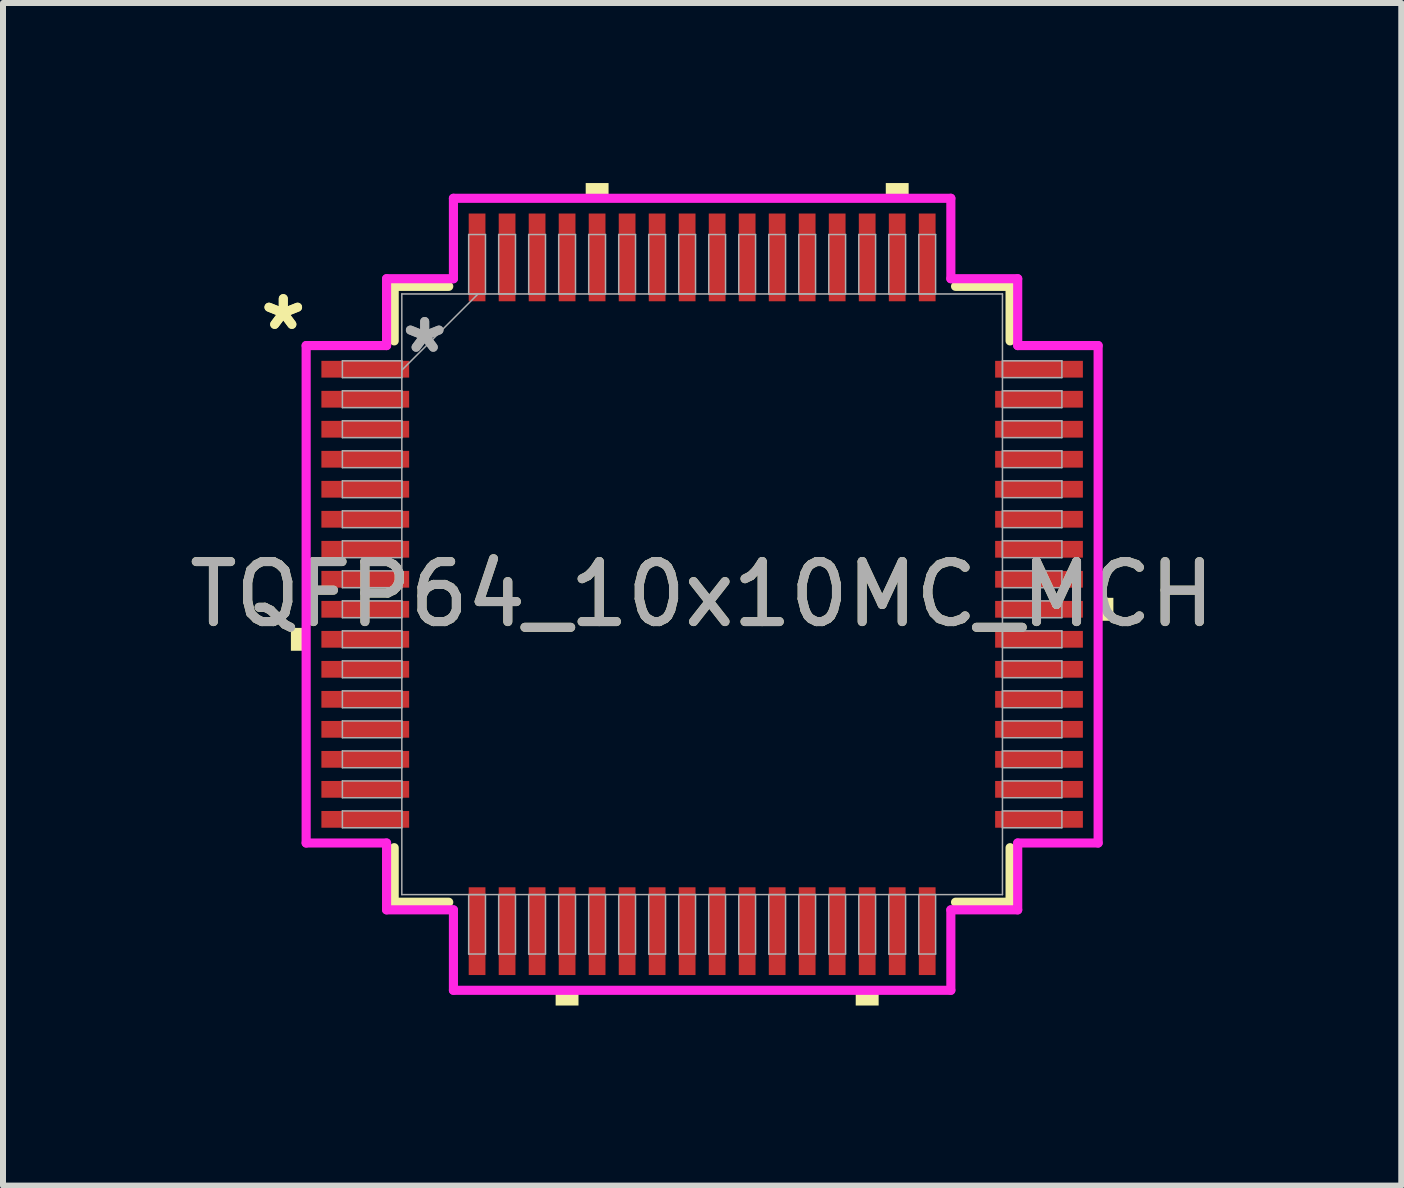
<source format=kicad_pcb>
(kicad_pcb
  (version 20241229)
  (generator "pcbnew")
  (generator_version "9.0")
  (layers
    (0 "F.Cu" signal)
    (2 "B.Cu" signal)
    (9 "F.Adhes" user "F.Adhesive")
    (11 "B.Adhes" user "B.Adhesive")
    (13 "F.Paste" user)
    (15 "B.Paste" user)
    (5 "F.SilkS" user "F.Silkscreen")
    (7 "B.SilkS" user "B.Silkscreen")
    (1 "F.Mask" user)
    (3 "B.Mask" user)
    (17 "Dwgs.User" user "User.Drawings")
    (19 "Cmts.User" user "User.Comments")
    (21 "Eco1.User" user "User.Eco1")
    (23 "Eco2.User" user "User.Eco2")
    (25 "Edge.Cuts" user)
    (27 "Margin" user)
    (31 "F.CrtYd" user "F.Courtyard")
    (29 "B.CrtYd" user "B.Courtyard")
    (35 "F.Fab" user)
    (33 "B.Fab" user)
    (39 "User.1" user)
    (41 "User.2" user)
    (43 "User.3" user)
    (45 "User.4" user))
  (footprint "TQFP64_10x10MC_MCH"
    (layer "F.Cu")
    (at 8.649 6.852)
    (property "Reference" "TQFP64_10x10MC_MCH" (at 0 0 0) (unlocked yes) (layer "F.SilkS") (effects (font (size 1 1) (thickness 0.15))))
    (attr smd)
    (fp_line (start -5.131 -5.131) (end -5.131 -4.222) (stroke (width 0.152) (type solid)) (layer "F.SilkS"))
    (fp_line (start -5.131 4.222) (end -5.131 5.131) (stroke (width 0.152) (type solid)) (layer "F.SilkS"))
    (fp_line (start -5.131 5.131) (end -4.222 5.131) (stroke (width 0.152) (type solid)) (layer "F.SilkS"))
    (fp_line (start -4.222 -5.131) (end -5.131 -5.131) (stroke (width 0.152) (type solid)) (layer "F.SilkS"))
    (fp_line (start 4.222 5.131) (end 5.131 5.131) (stroke (width 0.152) (type solid)) (layer "F.SilkS"))
    (fp_line (start 5.131 -5.131) (end 4.222 -5.131) (stroke (width 0.152) (type solid)) (layer "F.SilkS"))
    (fp_line (start 5.131 -4.222) (end 5.131 -5.131) (stroke (width 0.152) (type solid)) (layer "F.SilkS"))
    (fp_line (start 5.131 5.131) (end 5.131 4.222) (stroke (width 0.152) (type solid)) (layer "F.SilkS"))
    (fp_poly (pts (xy -6.852 0.56) (xy -6.852 0.941) (xy -6.598 0.941) (xy -6.598 0.56)) (stroke (width 0) (type solid)) (fill yes) (layer "F.SilkS"))
    (fp_poly (pts (xy -2.441 6.598) (xy -2.441 6.852) (xy -2.06 6.852) (xy -2.06 6.598)) (stroke (width 0) (type solid)) (fill yes) (layer "F.SilkS"))
    (fp_poly (pts (xy -1.94 -6.598) (xy -1.94 -6.852) (xy -1.559 -6.852) (xy -1.559 -6.598)) (stroke (width 0) (type solid)) (fill yes) (layer "F.SilkS"))
    (fp_poly (pts (xy 2.559 6.598) (xy 2.559 6.852) (xy 2.941 6.852) (xy 2.941 6.598)) (stroke (width 0) (type solid)) (fill yes) (layer "F.SilkS"))
    (fp_poly (pts (xy 3.06 -6.598) (xy 3.06 -6.852) (xy 3.441 -6.852) (xy 3.441 -6.598)) (stroke (width 0) (type solid)) (fill yes) (layer "F.SilkS"))
    (fp_poly (pts (xy 6.852 0.059) (xy 6.852 0.441) (xy 6.598 0.441) (xy 6.598 0.059)) (stroke (width 0) (type solid)) (fill yes) (layer "F.SilkS"))
    (fp_line (start -6.598 -4.144) (end -5.258 -4.144) (stroke (width 0.152) (type solid)) (layer "F.CrtYd"))
    (fp_line (start -6.598 4.144) (end -6.598 -4.144) (stroke (width 0.152) (type solid)) (layer "F.CrtYd"))
    (fp_line (start -5.258 -5.258) (end -4.144 -5.258) (stroke (width 0.152) (type solid)) (layer "F.CrtYd"))
    (fp_line (start -5.258 -4.144) (end -5.258 -5.258) (stroke (width 0.152) (type solid)) (layer "F.CrtYd"))
    (fp_line (start -5.258 4.144) (end -6.598 4.144) (stroke (width 0.152) (type solid)) (layer "F.CrtYd"))
    (fp_line (start -5.258 5.258) (end -5.258 4.144) (stroke (width 0.152) (type solid)) (layer "F.CrtYd"))
    (fp_line (start -5.258 5.258) (end -4.144 5.258) (stroke (width 0.152) (type solid)) (layer "F.CrtYd"))
    (fp_line (start -4.144 -6.598) (end 4.144 -6.598) (stroke (width 0.152) (type solid)) (layer "F.CrtYd"))
    (fp_line (start -4.144 -5.258) (end -4.144 -6.598) (stroke (width 0.152) (type solid)) (layer "F.CrtYd"))
    (fp_line (start -4.144 5.258) (end -4.144 6.598) (stroke (width 0.152) (type solid)) (layer "F.CrtYd"))
    (fp_line (start -4.144 6.598) (end 4.144 6.598) (stroke (width 0.152) (type solid)) (layer "F.CrtYd"))
    (fp_line (start 4.144 -6.598) (end 4.144 -5.258) (stroke (width 0.152) (type solid)) (layer "F.CrtYd"))
    (fp_line (start 4.144 -5.258) (end 5.258 -5.258) (stroke (width 0.152) (type solid)) (layer "F.CrtYd"))
    (fp_line (start 4.144 5.258) (end 5.258 5.258) (stroke (width 0.152) (type solid)) (layer "F.CrtYd"))
    (fp_line (start 4.144 6.598) (end 4.144 5.258) (stroke (width 0.152) (type solid)) (layer "F.CrtYd"))
    (fp_line (start 5.258 -4.144) (end 5.258 -5.258) (stroke (width 0.152) (type solid)) (layer "F.CrtYd"))
    (fp_line (start 5.258 4.144) (end 6.598 4.144) (stroke (width 0.152) (type solid)) (layer "F.CrtYd"))
    (fp_line (start 5.258 5.258) (end 5.258 4.144) (stroke (width 0.152) (type solid)) (layer "F.CrtYd"))
    (fp_line (start 6.598 -4.144) (end 5.258 -4.144) (stroke (width 0.152) (type solid)) (layer "F.CrtYd"))
    (fp_line (start 6.598 4.144) (end 6.598 -4.144) (stroke (width 0.152) (type solid)) (layer "F.CrtYd"))
    (fp_line (start -5.994 -3.89) (end -5.994 -3.61) (stroke (width 0.025) (type solid)) (layer "F.Fab"))
    (fp_line (start -5.994 -3.61) (end -5.004 -3.61) (stroke (width 0.025) (type solid)) (layer "F.Fab"))
    (fp_line (start -5.994 -3.39) (end -5.994 -3.11) (stroke (width 0.025) (type solid)) (layer "F.Fab"))
    (fp_line (start -5.994 -3.11) (end -5.004 -3.11) (stroke (width 0.025) (type solid)) (layer "F.Fab"))
    (fp_line (start -5.994 -2.89) (end -5.994 -2.61) (stroke (width 0.025) (type solid)) (layer "F.Fab"))
    (fp_line (start -5.994 -2.61) (end -5.004 -2.61) (stroke (width 0.025) (type solid)) (layer "F.Fab"))
    (fp_line (start -5.994 -2.39) (end -5.994 -2.11) (stroke (width 0.025) (type solid)) (layer "F.Fab"))
    (fp_line (start -5.994 -2.11) (end -5.004 -2.11) (stroke (width 0.025) (type solid)) (layer "F.Fab"))
    (fp_line (start -5.994 -1.89) (end -5.994 -1.61) (stroke (width 0.025) (type solid)) (layer "F.Fab"))
    (fp_line (start -5.994 -1.61) (end -5.004 -1.61) (stroke (width 0.025) (type solid)) (layer "F.Fab"))
    (fp_line (start -5.994 -1.39) (end -5.994 -1.11) (stroke (width 0.025) (type solid)) (layer "F.Fab"))
    (fp_line (start -5.994 -1.11) (end -5.004 -1.11) (stroke (width 0.025) (type solid)) (layer "F.Fab"))
    (fp_line (start -5.994 -0.89) (end -5.994 -0.61) (stroke (width 0.025) (type solid)) (layer "F.Fab"))
    (fp_line (start -5.994 -0.61) (end -5.004 -0.61) (stroke (width 0.025) (type solid)) (layer "F.Fab"))
    (fp_line (start -5.994 -0.39) (end -5.994 -0.11) (stroke (width 0.025) (type solid)) (layer "F.Fab"))
    (fp_line (start -5.994 -0.11) (end -5.004 -0.11) (stroke (width 0.025) (type solid)) (layer "F.Fab"))
    (fp_line (start -5.994 0.11) (end -5.994 0.39) (stroke (width 0.025) (type solid)) (layer "F.Fab"))
    (fp_line (start -5.994 0.39) (end -5.004 0.39) (stroke (width 0.025) (type solid)) (layer "F.Fab"))
    (fp_line (start -5.994 0.61) (end -5.994 0.89) (stroke (width 0.025) (type solid)) (layer "F.Fab"))
    (fp_line (start -5.994 0.89) (end -5.004 0.89) (stroke (width 0.025) (type solid)) (layer "F.Fab"))
    (fp_line (start -5.994 1.11) (end -5.994 1.39) (stroke (width 0.025) (type solid)) (layer "F.Fab"))
    (fp_line (start -5.994 1.39) (end -5.004 1.39) (stroke (width 0.025) (type solid)) (layer "F.Fab"))
    (fp_line (start -5.994 1.61) (end -5.994 1.89) (stroke (width 0.025) (type solid)) (layer "F.Fab"))
    (fp_line (start -5.994 1.89) (end -5.004 1.89) (stroke (width 0.025) (type solid)) (layer "F.Fab"))
    (fp_line (start -5.994 2.11) (end -5.994 2.39) (stroke (width 0.025) (type solid)) (layer "F.Fab"))
    (fp_line (start -5.994 2.39) (end -5.004 2.39) (stroke (width 0.025) (type solid)) (layer "F.Fab"))
    (fp_line (start -5.994 2.61) (end -5.994 2.89) (stroke (width 0.025) (type solid)) (layer "F.Fab"))
    (fp_line (start -5.994 2.89) (end -5.004 2.89) (stroke (width 0.025) (type solid)) (layer "F.Fab"))
    (fp_line (start -5.994 3.11) (end -5.994 3.39) (stroke (width 0.025) (type solid)) (layer "F.Fab"))
    (fp_line (start -5.994 3.39) (end -5.004 3.39) (stroke (width 0.025) (type solid)) (layer "F.Fab"))
    (fp_line (start -5.994 3.61) (end -5.994 3.89) (stroke (width 0.025) (type solid)) (layer "F.Fab"))
    (fp_line (start -5.994 3.89) (end -5.004 3.89) (stroke (width 0.025) (type solid)) (layer "F.Fab"))
    (fp_line (start -5.004 -5.004) (end -5.004 5.004) (stroke (width 0.025) (type solid)) (layer "F.Fab"))
    (fp_line (start -5.004 -3.89) (end -5.994 -3.89) (stroke (width 0.025) (type solid)) (layer "F.Fab"))
    (fp_line (start -5.004 -3.734) (end -3.734 -5.004) (stroke (width 0.025) (type solid)) (layer "F.Fab"))
    (fp_line (start -5.004 -3.61) (end -5.004 -3.89) (stroke (width 0.025) (type solid)) (layer "F.Fab"))
    (fp_line (start -5.004 -3.39) (end -5.994 -3.39) (stroke (width 0.025) (type solid)) (layer "F.Fab"))
    (fp_line (start -5.004 -3.11) (end -5.004 -3.39) (stroke (width 0.025) (type solid)) (layer "F.Fab"))
    (fp_line (start -5.004 -2.89) (end -5.994 -2.89) (stroke (width 0.025) (type solid)) (layer "F.Fab"))
    (fp_line (start -5.004 -2.61) (end -5.004 -2.89) (stroke (width 0.025) (type solid)) (layer "F.Fab"))
    (fp_line (start -5.004 -2.39) (end -5.994 -2.39) (stroke (width 0.025) (type solid)) (layer "F.Fab"))
    (fp_line (start -5.004 -2.11) (end -5.004 -2.39) (stroke (width 0.025) (type solid)) (layer "F.Fab"))
    (fp_line (start -5.004 -1.89) (end -5.994 -1.89) (stroke (width 0.025) (type solid)) (layer "F.Fab"))
    (fp_line (start -5.004 -1.61) (end -5.004 -1.89) (stroke (width 0.025) (type solid)) (layer "F.Fab"))
    (fp_line (start -5.004 -1.39) (end -5.994 -1.39) (stroke (width 0.025) (type solid)) (layer "F.Fab"))
    (fp_line (start -5.004 -1.11) (end -5.004 -1.39) (stroke (width 0.025) (type solid)) (layer "F.Fab"))
    (fp_line (start -5.004 -0.89) (end -5.994 -0.89) (stroke (width 0.025) (type solid)) (layer "F.Fab"))
    (fp_line (start -5.004 -0.61) (end -5.004 -0.89) (stroke (width 0.025) (type solid)) (layer "F.Fab"))
    (fp_line (start -5.004 -0.39) (end -5.994 -0.39) (stroke (width 0.025) (type solid)) (layer "F.Fab"))
    (fp_line (start -5.004 -0.11) (end -5.004 -0.39) (stroke (width 0.025) (type solid)) (layer "F.Fab"))
    (fp_line (start -5.004 0.11) (end -5.994 0.11) (stroke (width 0.025) (type solid)) (layer "F.Fab"))
    (fp_line (start -5.004 0.39) (end -5.004 0.11) (stroke (width 0.025) (type solid)) (layer "F.Fab"))
    (fp_line (start -5.004 0.61) (end -5.994 0.61) (stroke (width 0.025) (type solid)) (layer "F.Fab"))
    (fp_line (start -5.004 0.89) (end -5.004 0.61) (stroke (width 0.025) (type solid)) (layer "F.Fab"))
    (fp_line (start -5.004 1.11) (end -5.994 1.11) (stroke (width 0.025) (type solid)) (layer "F.Fab"))
    (fp_line (start -5.004 1.39) (end -5.004 1.11) (stroke (width 0.025) (type solid)) (layer "F.Fab"))
    (fp_line (start -5.004 1.61) (end -5.994 1.61) (stroke (width 0.025) (type solid)) (layer "F.Fab"))
    (fp_line (start -5.004 1.89) (end -5.004 1.61) (stroke (width 0.025) (type solid)) (layer "F.Fab"))
    (fp_line (start -5.004 2.11) (end -5.994 2.11) (stroke (width 0.025) (type solid)) (layer "F.Fab"))
    (fp_line (start -5.004 2.39) (end -5.004 2.11) (stroke (width 0.025) (type solid)) (layer "F.Fab"))
    (fp_line (start -5.004 2.61) (end -5.994 2.61) (stroke (width 0.025) (type solid)) (layer "F.Fab"))
    (fp_line (start -5.004 2.89) (end -5.004 2.61) (stroke (width 0.025) (type solid)) (layer "F.Fab"))
    (fp_line (start -5.004 3.11) (end -5.994 3.11) (stroke (width 0.025) (type solid)) (layer "F.Fab"))
    (fp_line (start -5.004 3.39) (end -5.004 3.11) (stroke (width 0.025) (type solid)) (layer "F.Fab"))
    (fp_line (start -5.004 3.61) (end -5.994 3.61) (stroke (width 0.025) (type solid)) (layer "F.Fab"))
    (fp_line (start -5.004 3.89) (end -5.004 3.61) (stroke (width 0.025) (type solid)) (layer "F.Fab"))
    (fp_line (start -5.004 5.004) (end 5.004 5.004) (stroke (width 0.025) (type solid)) (layer "F.Fab"))
    (fp_line (start -3.89 -5.994) (end -3.89 -5.004) (stroke (width 0.025) (type solid)) (layer "F.Fab"))
    (fp_line (start -3.89 -5.004) (end -3.61 -5.004) (stroke (width 0.025) (type solid)) (layer "F.Fab"))
    (fp_line (start -3.89 5.004) (end -3.89 5.994) (stroke (width 0.025) (type solid)) (layer "F.Fab"))
    (fp_line (start -3.89 5.994) (end -3.61 5.994) (stroke (width 0.025) (type solid)) (layer "F.Fab"))
    (fp_line (start -3.61 -5.994) (end -3.89 -5.994) (stroke (width 0.025) (type solid)) (layer "F.Fab"))
    (fp_line (start -3.61 -5.004) (end -3.61 -5.994) (stroke (width 0.025) (type solid)) (layer "F.Fab"))
    (fp_line (start -3.61 5.004) (end -3.89 5.004) (stroke (width 0.025) (type solid)) (layer "F.Fab"))
    (fp_line (start -3.61 5.994) (end -3.61 5.004) (stroke (width 0.025) (type solid)) (layer "F.Fab"))
    (fp_line (start -3.39 -5.994) (end -3.39 -5.004) (stroke (width 0.025) (type solid)) (layer "F.Fab"))
    (fp_line (start -3.39 -5.004) (end -3.11 -5.004) (stroke (width 0.025) (type solid)) (layer "F.Fab"))
    (fp_line (start -3.39 5.004) (end -3.39 5.994) (stroke (width 0.025) (type solid)) (layer "F.Fab"))
    (fp_line (start -3.39 5.994) (end -3.11 5.994) (stroke (width 0.025) (type solid)) (layer "F.Fab"))
    (fp_line (start -3.11 -5.994) (end -3.39 -5.994) (stroke (width 0.025) (type solid)) (layer "F.Fab"))
    (fp_line (start -3.11 -5.004) (end -3.11 -5.994) (stroke (width 0.025) (type solid)) (layer "F.Fab"))
    (fp_line (start -3.11 5.004) (end -3.39 5.004) (stroke (width 0.025) (type solid)) (layer "F.Fab"))
    (fp_line (start -3.11 5.994) (end -3.11 5.004) (stroke (width 0.025) (type solid)) (layer "F.Fab"))
    (fp_line (start -2.89 -5.994) (end -2.89 -5.004) (stroke (width 0.025) (type solid)) (layer "F.Fab"))
    (fp_line (start -2.89 -5.004) (end -2.61 -5.004) (stroke (width 0.025) (type solid)) (layer "F.Fab"))
    (fp_line (start -2.89 5.004) (end -2.89 5.994) (stroke (width 0.025) (type solid)) (layer "F.Fab"))
    (fp_line (start -2.89 5.994) (end -2.61 5.994) (stroke (width 0.025) (type solid)) (layer "F.Fab"))
    (fp_line (start -2.61 -5.994) (end -2.89 -5.994) (stroke (width 0.025) (type solid)) (layer "F.Fab"))
    (fp_line (start -2.61 -5.004) (end -2.61 -5.994) (stroke (width 0.025) (type solid)) (layer "F.Fab"))
    (fp_line (start -2.61 5.004) (end -2.89 5.004) (stroke (width 0.025) (type solid)) (layer "F.Fab"))
    (fp_line (start -2.61 5.994) (end -2.61 5.004) (stroke (width 0.025) (type solid)) (layer "F.Fab"))
    (fp_line (start -2.39 -5.994) (end -2.39 -5.004) (stroke (width 0.025) (type solid)) (layer "F.Fab"))
    (fp_line (start -2.39 -5.004) (end -2.11 -5.004) (stroke (width 0.025) (type solid)) (layer "F.Fab"))
    (fp_line (start -2.39 5.004) (end -2.39 5.994) (stroke (width 0.025) (type solid)) (layer "F.Fab"))
    (fp_line (start -2.39 5.994) (end -2.11 5.994) (stroke (width 0.025) (type solid)) (layer "F.Fab"))
    (fp_line (start -2.11 -5.994) (end -2.39 -5.994) (stroke (width 0.025) (type solid)) (layer "F.Fab"))
    (fp_line (start -2.11 -5.004) (end -2.11 -5.994) (stroke (width 0.025) (type solid)) (layer "F.Fab"))
    (fp_line (start -2.11 5.004) (end -2.39 5.004) (stroke (width 0.025) (type solid)) (layer "F.Fab"))
    (fp_line (start -2.11 5.994) (end -2.11 5.004) (stroke (width 0.025) (type solid)) (layer "F.Fab"))
    (fp_line (start -1.89 -5.994) (end -1.89 -5.004) (stroke (width 0.025) (type solid)) (layer "F.Fab"))
    (fp_line (start -1.89 -5.004) (end -1.61 -5.004) (stroke (width 0.025) (type solid)) (layer "F.Fab"))
    (fp_line (start -1.89 5.004) (end -1.89 5.994) (stroke (width 0.025) (type solid)) (layer "F.Fab"))
    (fp_line (start -1.89 5.994) (end -1.61 5.994) (stroke (width 0.025) (type solid)) (layer "F.Fab"))
    (fp_line (start -1.61 -5.994) (end -1.89 -5.994) (stroke (width 0.025) (type solid)) (layer "F.Fab"))
    (fp_line (start -1.61 -5.004) (end -1.61 -5.994) (stroke (width 0.025) (type solid)) (layer "F.Fab"))
    (fp_line (start -1.61 5.004) (end -1.89 5.004) (stroke (width 0.025) (type solid)) (layer "F.Fab"))
    (fp_line (start -1.61 5.994) (end -1.61 5.004) (stroke (width 0.025) (type solid)) (layer "F.Fab"))
    (fp_line (start -1.39 -5.994) (end -1.39 -5.004) (stroke (width 0.025) (type solid)) (layer "F.Fab"))
    (fp_line (start -1.39 -5.004) (end -1.11 -5.004) (stroke (width 0.025) (type solid)) (layer "F.Fab"))
    (fp_line (start -1.39 5.004) (end -1.39 5.994) (stroke (width 0.025) (type solid)) (layer "F.Fab"))
    (fp_line (start -1.39 5.994) (end -1.11 5.994) (stroke (width 0.025) (type solid)) (layer "F.Fab"))
    (fp_line (start -1.11 -5.994) (end -1.39 -5.994) (stroke (width 0.025) (type solid)) (layer "F.Fab"))
    (fp_line (start -1.11 -5.004) (end -1.11 -5.994) (stroke (width 0.025) (type solid)) (layer "F.Fab"))
    (fp_line (start -1.11 5.004) (end -1.39 5.004) (stroke (width 0.025) (type solid)) (layer "F.Fab"))
    (fp_line (start -1.11 5.994) (end -1.11 5.004) (stroke (width 0.025) (type solid)) (layer "F.Fab"))
    (fp_line (start -0.89 -5.994) (end -0.89 -5.004) (stroke (width 0.025) (type solid)) (layer "F.Fab"))
    (fp_line (start -0.89 -5.004) (end -0.61 -5.004) (stroke (width 0.025) (type solid)) (layer "F.Fab"))
    (fp_line (start -0.89 5.004) (end -0.89 5.994) (stroke (width 0.025) (type solid)) (layer "F.Fab"))
    (fp_line (start -0.89 5.994) (end -0.61 5.994) (stroke (width 0.025) (type solid)) (layer "F.Fab"))
    (fp_line (start -0.61 -5.994) (end -0.89 -5.994) (stroke (width 0.025) (type solid)) (layer "F.Fab"))
    (fp_line (start -0.61 -5.004) (end -0.61 -5.994) (stroke (width 0.025) (type solid)) (layer "F.Fab"))
    (fp_line (start -0.61 5.004) (end -0.89 5.004) (stroke (width 0.025) (type solid)) (layer "F.Fab"))
    (fp_line (start -0.61 5.994) (end -0.61 5.004) (stroke (width 0.025) (type solid)) (layer "F.Fab"))
    (fp_line (start -0.39 -5.994) (end -0.39 -5.004) (stroke (width 0.025) (type solid)) (layer "F.Fab"))
    (fp_line (start -0.39 -5.004) (end -0.11 -5.004) (stroke (width 0.025) (type solid)) (layer "F.Fab"))
    (fp_line (start -0.39 5.004) (end -0.39 5.994) (stroke (width 0.025) (type solid)) (layer "F.Fab"))
    (fp_line (start -0.39 5.994) (end -0.11 5.994) (stroke (width 0.025) (type solid)) (layer "F.Fab"))
    (fp_line (start -0.11 -5.994) (end -0.39 -5.994) (stroke (width 0.025) (type solid)) (layer "F.Fab"))
    (fp_line (start -0.11 -5.004) (end -0.11 -5.994) (stroke (width 0.025) (type solid)) (layer "F.Fab"))
    (fp_line (start -0.11 5.004) (end -0.39 5.004) (stroke (width 0.025) (type solid)) (layer "F.Fab"))
    (fp_line (start -0.11 5.994) (end -0.11 5.004) (stroke (width 0.025) (type solid)) (layer "F.Fab"))
    (fp_line (start 0.11 -5.994) (end 0.11 -5.004) (stroke (width 0.025) (type solid)) (layer "F.Fab"))
    (fp_line (start 0.11 -5.004) (end 0.39 -5.004) (stroke (width 0.025) (type solid)) (layer "F.Fab"))
    (fp_line (start 0.11 5.004) (end 0.11 5.994) (stroke (width 0.025) (type solid)) (layer "F.Fab"))
    (fp_line (start 0.11 5.994) (end 0.39 5.994) (stroke (width 0.025) (type solid)) (layer "F.Fab"))
    (fp_line (start 0.39 -5.994) (end 0.11 -5.994) (stroke (width 0.025) (type solid)) (layer "F.Fab"))
    (fp_line (start 0.39 -5.004) (end 0.39 -5.994) (stroke (width 0.025) (type solid)) (layer "F.Fab"))
    (fp_line (start 0.39 5.004) (end 0.11 5.004) (stroke (width 0.025) (type solid)) (layer "F.Fab"))
    (fp_line (start 0.39 5.994) (end 0.39 5.004) (stroke (width 0.025) (type solid)) (layer "F.Fab"))
    (fp_line (start 0.61 -5.994) (end 0.61 -5.004) (stroke (width 0.025) (type solid)) (layer "F.Fab"))
    (fp_line (start 0.61 -5.004) (end 0.89 -5.004) (stroke (width 0.025) (type solid)) (layer "F.Fab"))
    (fp_line (start 0.61 5.004) (end 0.61 5.994) (stroke (width 0.025) (type solid)) (layer "F.Fab"))
    (fp_line (start 0.61 5.994) (end 0.89 5.994) (stroke (width 0.025) (type solid)) (layer "F.Fab"))
    (fp_line (start 0.89 -5.994) (end 0.61 -5.994) (stroke (width 0.025) (type solid)) (layer "F.Fab"))
    (fp_line (start 0.89 -5.004) (end 0.89 -5.994) (stroke (width 0.025) (type solid)) (layer "F.Fab"))
    (fp_line (start 0.89 5.004) (end 0.61 5.004) (stroke (width 0.025) (type solid)) (layer "F.Fab"))
    (fp_line (start 0.89 5.994) (end 0.89 5.004) (stroke (width 0.025) (type solid)) (layer "F.Fab"))
    (fp_line (start 1.11 -5.994) (end 1.11 -5.004) (stroke (width 0.025) (type solid)) (layer "F.Fab"))
    (fp_line (start 1.11 -5.004) (end 1.39 -5.004) (stroke (width 0.025) (type solid)) (layer "F.Fab"))
    (fp_line (start 1.11 5.004) (end 1.11 5.994) (stroke (width 0.025) (type solid)) (layer "F.Fab"))
    (fp_line (start 1.11 5.994) (end 1.39 5.994) (stroke (width 0.025) (type solid)) (layer "F.Fab"))
    (fp_line (start 1.39 -5.994) (end 1.11 -5.994) (stroke (width 0.025) (type solid)) (layer "F.Fab"))
    (fp_line (start 1.39 -5.004) (end 1.39 -5.994) (stroke (width 0.025) (type solid)) (layer "F.Fab"))
    (fp_line (start 1.39 5.004) (end 1.11 5.004) (stroke (width 0.025) (type solid)) (layer "F.Fab"))
    (fp_line (start 1.39 5.994) (end 1.39 5.004) (stroke (width 0.025) (type solid)) (layer "F.Fab"))
    (fp_line (start 1.61 -5.994) (end 1.61 -5.004) (stroke (width 0.025) (type solid)) (layer "F.Fab"))
    (fp_line (start 1.61 -5.004) (end 1.89 -5.004) (stroke (width 0.025) (type solid)) (layer "F.Fab"))
    (fp_line (start 1.61 5.004) (end 1.61 5.994) (stroke (width 0.025) (type solid)) (layer "F.Fab"))
    (fp_line (start 1.61 5.994) (end 1.89 5.994) (stroke (width 0.025) (type solid)) (layer "F.Fab"))
    (fp_line (start 1.89 -5.994) (end 1.61 -5.994) (stroke (width 0.025) (type solid)) (layer "F.Fab"))
    (fp_line (start 1.89 -5.004) (end 1.89 -5.994) (stroke (width 0.025) (type solid)) (layer "F.Fab"))
    (fp_line (start 1.89 5.004) (end 1.61 5.004) (stroke (width 0.025) (type solid)) (layer "F.Fab"))
    (fp_line (start 1.89 5.994) (end 1.89 5.004) (stroke (width 0.025) (type solid)) (layer "F.Fab"))
    (fp_line (start 2.11 -5.994) (end 2.11 -5.004) (stroke (width 0.025) (type solid)) (layer "F.Fab"))
    (fp_line (start 2.11 -5.004) (end 2.39 -5.004) (stroke (width 0.025) (type solid)) (layer "F.Fab"))
    (fp_line (start 2.11 5.004) (end 2.11 5.994) (stroke (width 0.025) (type solid)) (layer "F.Fab"))
    (fp_line (start 2.11 5.994) (end 2.39 5.994) (stroke (width 0.025) (type solid)) (layer "F.Fab"))
    (fp_line (start 2.39 -5.994) (end 2.11 -5.994) (stroke (width 0.025) (type solid)) (layer "F.Fab"))
    (fp_line (start 2.39 -5.004) (end 2.39 -5.994) (stroke (width 0.025) (type solid)) (layer "F.Fab"))
    (fp_line (start 2.39 5.004) (end 2.11 5.004) (stroke (width 0.025) (type solid)) (layer "F.Fab"))
    (fp_line (start 2.39 5.994) (end 2.39 5.004) (stroke (width 0.025) (type solid)) (layer "F.Fab"))
    (fp_line (start 2.61 -5.994) (end 2.61 -5.004) (stroke (width 0.025) (type solid)) (layer "F.Fab"))
    (fp_line (start 2.61 -5.004) (end 2.89 -5.004) (stroke (width 0.025) (type solid)) (layer "F.Fab"))
    (fp_line (start 2.61 5.004) (end 2.61 5.994) (stroke (width 0.025) (type solid)) (layer "F.Fab"))
    (fp_line (start 2.61 5.994) (end 2.89 5.994) (stroke (width 0.025) (type solid)) (layer "F.Fab"))
    (fp_line (start 2.89 -5.994) (end 2.61 -5.994) (stroke (width 0.025) (type solid)) (layer "F.Fab"))
    (fp_line (start 2.89 -5.004) (end 2.89 -5.994) (stroke (width 0.025) (type solid)) (layer "F.Fab"))
    (fp_line (start 2.89 5.004) (end 2.61 5.004) (stroke (width 0.025) (type solid)) (layer "F.Fab"))
    (fp_line (start 2.89 5.994) (end 2.89 5.004) (stroke (width 0.025) (type solid)) (layer "F.Fab"))
    (fp_line (start 3.11 -5.994) (end 3.11 -5.004) (stroke (width 0.025) (type solid)) (layer "F.Fab"))
    (fp_line (start 3.11 -5.004) (end 3.39 -5.004) (stroke (width 0.025) (type solid)) (layer "F.Fab"))
    (fp_line (start 3.11 5.004) (end 3.11 5.994) (stroke (width 0.025) (type solid)) (layer "F.Fab"))
    (fp_line (start 3.11 5.994) (end 3.39 5.994) (stroke (width 0.025) (type solid)) (layer "F.Fab"))
    (fp_line (start 3.39 -5.994) (end 3.11 -5.994) (stroke (width 0.025) (type solid)) (layer "F.Fab"))
    (fp_line (start 3.39 -5.004) (end 3.39 -5.994) (stroke (width 0.025) (type solid)) (layer "F.Fab"))
    (fp_line (start 3.39 5.004) (end 3.11 5.004) (stroke (width 0.025) (type solid)) (layer "F.Fab"))
    (fp_line (start 3.39 5.994) (end 3.39 5.004) (stroke (width 0.025) (type solid)) (layer "F.Fab"))
    (fp_line (start 3.61 -5.994) (end 3.61 -5.004) (stroke (width 0.025) (type solid)) (layer "F.Fab"))
    (fp_line (start 3.61 -5.004) (end 3.89 -5.004) (stroke (width 0.025) (type solid)) (layer "F.Fab"))
    (fp_line (start 3.61 5.004) (end 3.61 5.994) (stroke (width 0.025) (type solid)) (layer "F.Fab"))
    (fp_line (start 3.61 5.994) (end 3.89 5.994) (stroke (width 0.025) (type solid)) (layer "F.Fab"))
    (fp_line (start 3.89 -5.994) (end 3.61 -5.994) (stroke (width 0.025) (type solid)) (layer "F.Fab"))
    (fp_line (start 3.89 -5.004) (end 3.89 -5.994) (stroke (width 0.025) (type solid)) (layer "F.Fab"))
    (fp_line (start 3.89 5.004) (end 3.61 5.004) (stroke (width 0.025) (type solid)) (layer "F.Fab"))
    (fp_line (start 3.89 5.994) (end 3.89 5.004) (stroke (width 0.025) (type solid)) (layer "F.Fab"))
    (fp_line (start 5.004 -5.004) (end -5.004 -5.004) (stroke (width 0.025) (type solid)) (layer "F.Fab"))
    (fp_line (start 5.004 -3.89) (end 5.004 -3.61) (stroke (width 0.025) (type solid)) (layer "F.Fab"))
    (fp_line (start 5.004 -3.61) (end 5.994 -3.61) (stroke (width 0.025) (type solid)) (layer "F.Fab"))
    (fp_line (start 5.004 -3.39) (end 5.004 -3.11) (stroke (width 0.025) (type solid)) (layer "F.Fab"))
    (fp_line (start 5.004 -3.11) (end 5.994 -3.11) (stroke (width 0.025) (type solid)) (layer "F.Fab"))
    (fp_line (start 5.004 -2.89) (end 5.004 -2.61) (stroke (width 0.025) (type solid)) (layer "F.Fab"))
    (fp_line (start 5.004 -2.61) (end 5.994 -2.61) (stroke (width 0.025) (type solid)) (layer "F.Fab"))
    (fp_line (start 5.004 -2.39) (end 5.004 -2.11) (stroke (width 0.025) (type solid)) (layer "F.Fab"))
    (fp_line (start 5.004 -2.11) (end 5.994 -2.11) (stroke (width 0.025) (type solid)) (layer "F.Fab"))
    (fp_line (start 5.004 -1.89) (end 5.004 -1.61) (stroke (width 0.025) (type solid)) (layer "F.Fab"))
    (fp_line (start 5.004 -1.61) (end 5.994 -1.61) (stroke (width 0.025) (type solid)) (layer "F.Fab"))
    (fp_line (start 5.004 -1.39) (end 5.004 -1.11) (stroke (width 0.025) (type solid)) (layer "F.Fab"))
    (fp_line (start 5.004 -1.11) (end 5.994 -1.11) (stroke (width 0.025) (type solid)) (layer "F.Fab"))
    (fp_line (start 5.004 -0.89) (end 5.004 -0.61) (stroke (width 0.025) (type solid)) (layer "F.Fab"))
    (fp_line (start 5.004 -0.61) (end 5.994 -0.61) (stroke (width 0.025) (type solid)) (layer "F.Fab"))
    (fp_line (start 5.004 -0.39) (end 5.004 -0.11) (stroke (width 0.025) (type solid)) (layer "F.Fab"))
    (fp_line (start 5.004 -0.11) (end 5.994 -0.11) (stroke (width 0.025) (type solid)) (layer "F.Fab"))
    (fp_line (start 5.004 0.11) (end 5.004 0.39) (stroke (width 0.025) (type solid)) (layer "F.Fab"))
    (fp_line (start 5.004 0.39) (end 5.994 0.39) (stroke (width 0.025) (type solid)) (layer "F.Fab"))
    (fp_line (start 5.004 0.61) (end 5.004 0.89) (stroke (width 0.025) (type solid)) (layer "F.Fab"))
    (fp_line (start 5.004 0.89) (end 5.994 0.89) (stroke (width 0.025) (type solid)) (layer "F.Fab"))
    (fp_line (start 5.004 1.11) (end 5.004 1.39) (stroke (width 0.025) (type solid)) (layer "F.Fab"))
    (fp_line (start 5.004 1.39) (end 5.994 1.39) (stroke (width 0.025) (type solid)) (layer "F.Fab"))
    (fp_line (start 5.004 1.61) (end 5.004 1.89) (stroke (width 0.025) (type solid)) (layer "F.Fab"))
    (fp_line (start 5.004 1.89) (end 5.994 1.89) (stroke (width 0.025) (type solid)) (layer "F.Fab"))
    (fp_line (start 5.004 2.11) (end 5.004 2.39) (stroke (width 0.025) (type solid)) (layer "F.Fab"))
    (fp_line (start 5.004 2.39) (end 5.994 2.39) (stroke (width 0.025) (type solid)) (layer "F.Fab"))
    (fp_line (start 5.004 2.61) (end 5.004 2.89) (stroke (width 0.025) (type solid)) (layer "F.Fab"))
    (fp_line (start 5.004 2.89) (end 5.994 2.89) (stroke (width 0.025) (type solid)) (layer "F.Fab"))
    (fp_line (start 5.004 3.11) (end 5.004 3.39) (stroke (width 0.025) (type solid)) (layer "F.Fab"))
    (fp_line (start 5.004 3.39) (end 5.994 3.39) (stroke (width 0.025) (type solid)) (layer "F.Fab"))
    (fp_line (start 5.004 3.61) (end 5.004 3.89) (stroke (width 0.025) (type solid)) (layer "F.Fab"))
    (fp_line (start 5.004 3.89) (end 5.994 3.89) (stroke (width 0.025) (type solid)) (layer "F.Fab"))
    (fp_line (start 5.004 5.004) (end 5.004 -5.004) (stroke (width 0.025) (type solid)) (layer "F.Fab"))
    (fp_line (start 5.994 -3.89) (end 5.004 -3.89) (stroke (width 0.025) (type solid)) (layer "F.Fab"))
    (fp_line (start 5.994 -3.61) (end 5.994 -3.89) (stroke (width 0.025) (type solid)) (layer "F.Fab"))
    (fp_line (start 5.994 -3.39) (end 5.004 -3.39) (stroke (width 0.025) (type solid)) (layer "F.Fab"))
    (fp_line (start 5.994 -3.11) (end 5.994 -3.39) (stroke (width 0.025) (type solid)) (layer "F.Fab"))
    (fp_line (start 5.994 -2.89) (end 5.004 -2.89) (stroke (width 0.025) (type solid)) (layer "F.Fab"))
    (fp_line (start 5.994 -2.61) (end 5.994 -2.89) (stroke (width 0.025) (type solid)) (layer "F.Fab"))
    (fp_line (start 5.994 -2.39) (end 5.004 -2.39) (stroke (width 0.025) (type solid)) (layer "F.Fab"))
    (fp_line (start 5.994 -2.11) (end 5.994 -2.39) (stroke (width 0.025) (type solid)) (layer "F.Fab"))
    (fp_line (start 5.994 -1.89) (end 5.004 -1.89) (stroke (width 0.025) (type solid)) (layer "F.Fab"))
    (fp_line (start 5.994 -1.61) (end 5.994 -1.89) (stroke (width 0.025) (type solid)) (layer "F.Fab"))
    (fp_line (start 5.994 -1.39) (end 5.004 -1.39) (stroke (width 0.025) (type solid)) (layer "F.Fab"))
    (fp_line (start 5.994 -1.11) (end 5.994 -1.39) (stroke (width 0.025) (type solid)) (layer "F.Fab"))
    (fp_line (start 5.994 -0.89) (end 5.004 -0.89) (stroke (width 0.025) (type solid)) (layer "F.Fab"))
    (fp_line (start 5.994 -0.61) (end 5.994 -0.89) (stroke (width 0.025) (type solid)) (layer "F.Fab"))
    (fp_line (start 5.994 -0.39) (end 5.004 -0.39) (stroke (width 0.025) (type solid)) (layer "F.Fab"))
    (fp_line (start 5.994 -0.11) (end 5.994 -0.39) (stroke (width 0.025) (type solid)) (layer "F.Fab"))
    (fp_line (start 5.994 0.11) (end 5.004 0.11) (stroke (width 0.025) (type solid)) (layer "F.Fab"))
    (fp_line (start 5.994 0.39) (end 5.994 0.11) (stroke (width 0.025) (type solid)) (layer "F.Fab"))
    (fp_line (start 5.994 0.61) (end 5.004 0.61) (stroke (width 0.025) (type solid)) (layer "F.Fab"))
    (fp_line (start 5.994 0.89) (end 5.994 0.61) (stroke (width 0.025) (type solid)) (layer "F.Fab"))
    (fp_line (start 5.994 1.11) (end 5.004 1.11) (stroke (width 0.025) (type solid)) (layer "F.Fab"))
    (fp_line (start 5.994 1.39) (end 5.994 1.11) (stroke (width 0.025) (type solid)) (layer "F.Fab"))
    (fp_line (start 5.994 1.61) (end 5.004 1.61) (stroke (width 0.025) (type solid)) (layer "F.Fab"))
    (fp_line (start 5.994 1.89) (end 5.994 1.61) (stroke (width 0.025) (type solid)) (layer "F.Fab"))
    (fp_line (start 5.994 2.11) (end 5.004 2.11) (stroke (width 0.025) (type solid)) (layer "F.Fab"))
    (fp_line (start 5.994 2.39) (end 5.994 2.11) (stroke (width 0.025) (type solid)) (layer "F.Fab"))
    (fp_line (start 5.994 2.61) (end 5.004 2.61) (stroke (width 0.025) (type solid)) (layer "F.Fab"))
    (fp_line (start 5.994 2.89) (end 5.994 2.61) (stroke (width 0.025) (type solid)) (layer "F.Fab"))
    (fp_line (start 5.994 3.11) (end 5.004 3.11) (stroke (width 0.025) (type solid)) (layer "F.Fab"))
    (fp_line (start 5.994 3.39) (end 5.994 3.11) (stroke (width 0.025) (type solid)) (layer "F.Fab"))
    (fp_line (start 5.994 3.61) (end 5.004 3.61) (stroke (width 0.025) (type solid)) (layer "F.Fab"))
    (fp_line (start 5.994 3.89) (end 5.994 3.61) (stroke (width 0.025) (type solid)) (layer "F.Fab"))
    (fp_text user "*" (at -6.979 -4.381 0) (layer "F.SilkS") (effects (font (size 1 1) (thickness 0.15))))
    (fp_text user "*" (at -6.979 -4.381 0) (unlocked yes) (layer "F.SilkS") (effects (font (size 1 1) (thickness 0.15))))
    (fp_text user "*" (at -4.623 -4 0) (unlocked yes) (layer "F.Fab") (effects (font (size 1 1) (thickness 0.15))))
    (fp_text user "*" (at -4.623 -4 0) (layer "F.Fab") (effects (font (size 1 1) (thickness 0.15))))
    (fp_text user "${REFERENCE}" (at 0 0 0) (unlocked yes) (layer "F.Fab") (effects (font (size 1 1) (thickness 0.15))))
    (pad "1" smd rect (at -5.613 -3.75 90) (size 0.279 1.462) (layers "F.Cu" "F.Mask" "F.Paste"))
    (pad "2" smd rect (at -5.613 -3.25 90) (size 0.279 1.462) (layers "F.Cu" "F.Mask" "F.Paste"))
    (pad "3" smd rect (at -5.613 -2.75 90) (size 0.279 1.462) (layers "F.Cu" "F.Mask" "F.Paste"))
    (pad "4" smd rect (at -5.613 -2.25 90) (size 0.279 1.462) (layers "F.Cu" "F.Mask" "F.Paste"))
    (pad "5" smd rect (at -5.613 -1.75 90) (size 0.279 1.462) (layers "F.Cu" "F.Mask" "F.Paste"))
    (pad "6" smd rect (at -5.613 -1.25 90) (size 0.279 1.462) (layers "F.Cu" "F.Mask" "F.Paste"))
    (pad "7" smd rect (at -5.613 -0.75 90) (size 0.279 1.462) (layers "F.Cu" "F.Mask" "F.Paste"))
    (pad "8" smd rect (at -5.613 -0.25 90) (size 0.279 1.462) (layers "F.Cu" "F.Mask" "F.Paste"))
    (pad "9" smd rect (at -5.613 0.25 90) (size 0.279 1.462) (layers "F.Cu" "F.Mask" "F.Paste"))
    (pad "10" smd rect (at -5.613 0.75 90) (size 0.279 1.462) (layers "F.Cu" "F.Mask" "F.Paste"))
    (pad "11" smd rect (at -5.613 1.25 90) (size 0.279 1.462) (layers "F.Cu" "F.Mask" "F.Paste"))
    (pad "12" smd rect (at -5.613 1.75 90) (size 0.279 1.462) (layers "F.Cu" "F.Mask" "F.Paste"))
    (pad "13" smd rect (at -5.613 2.25 90) (size 0.279 1.462) (layers "F.Cu" "F.Mask" "F.Paste"))
    (pad "14" smd rect (at -5.613 2.75 90) (size 0.279 1.462) (layers "F.Cu" "F.Mask" "F.Paste"))
    (pad "15" smd rect (at -5.613 3.25 90) (size 0.279 1.462) (layers "F.Cu" "F.Mask" "F.Paste"))
    (pad "16" smd rect (at -5.613 3.75 90) (size 0.279 1.462) (layers "F.Cu" "F.Mask" "F.Paste"))
    (pad "17" smd rect (at -3.75 5.613) (size 0.279 1.462) (layers "F.Cu" "F.Mask" "F.Paste"))
    (pad "18" smd rect (at -3.25 5.613) (size 0.279 1.462) (layers "F.Cu" "F.Mask" "F.Paste"))
    (pad "19" smd rect (at -2.75 5.613) (size 0.279 1.462) (layers "F.Cu" "F.Mask" "F.Paste"))
    (pad "20" smd rect (at -2.25 5.613) (size 0.279 1.462) (layers "F.Cu" "F.Mask" "F.Paste"))
    (pad "21" smd rect (at -1.75 5.613) (size 0.279 1.462) (layers "F.Cu" "F.Mask" "F.Paste"))
    (pad "22" smd rect (at -1.25 5.613) (size 0.279 1.462) (layers "F.Cu" "F.Mask" "F.Paste"))
    (pad "23" smd rect (at -0.75 5.613) (size 0.279 1.462) (layers "F.Cu" "F.Mask" "F.Paste"))
    (pad "24" smd rect (at -0.25 5.613) (size 0.279 1.462) (layers "F.Cu" "F.Mask" "F.Paste"))
    (pad "25" smd rect (at 0.25 5.613) (size 0.279 1.462) (layers "F.Cu" "F.Mask" "F.Paste"))
    (pad "26" smd rect (at 0.75 5.613) (size 0.279 1.462) (layers "F.Cu" "F.Mask" "F.Paste"))
    (pad "27" smd rect (at 1.25 5.613) (size 0.279 1.462) (layers "F.Cu" "F.Mask" "F.Paste"))
    (pad "28" smd rect (at 1.75 5.613) (size 0.279 1.462) (layers "F.Cu" "F.Mask" "F.Paste"))
    (pad "29" smd rect (at 2.25 5.613) (size 0.279 1.462) (layers "F.Cu" "F.Mask" "F.Paste"))
    (pad "30" smd rect (at 2.75 5.613) (size 0.279 1.462) (layers "F.Cu" "F.Mask" "F.Paste"))
    (pad "31" smd rect (at 3.25 5.613) (size 0.279 1.462) (layers "F.Cu" "F.Mask" "F.Paste"))
    (pad "32" smd rect (at 3.75 5.613) (size 0.279 1.462) (layers "F.Cu" "F.Mask" "F.Paste"))
    (pad "33" smd rect (at 5.613 3.75 90) (size 0.279 1.462) (layers "F.Cu" "F.Mask" "F.Paste"))
    (pad "34" smd rect (at 5.613 3.25 90) (size 0.279 1.462) (layers "F.Cu" "F.Mask" "F.Paste"))
    (pad "35" smd rect (at 5.613 2.75 90) (size 0.279 1.462) (layers "F.Cu" "F.Mask" "F.Paste"))
    (pad "36" smd rect (at 5.613 2.25 90) (size 0.279 1.462) (layers "F.Cu" "F.Mask" "F.Paste"))
    (pad "37" smd rect (at 5.613 1.75 90) (size 0.279 1.462) (layers "F.Cu" "F.Mask" "F.Paste"))
    (pad "38" smd rect (at 5.613 1.25 90) (size 0.279 1.462) (layers "F.Cu" "F.Mask" "F.Paste"))
    (pad "39" smd rect (at 5.613 0.75 90) (size 0.279 1.462) (layers "F.Cu" "F.Mask" "F.Paste"))
    (pad "40" smd rect (at 5.613 0.25 90) (size 0.279 1.462) (layers "F.Cu" "F.Mask" "F.Paste"))
    (pad "41" smd rect (at 5.613 -0.25 90) (size 0.279 1.462) (layers "F.Cu" "F.Mask" "F.Paste"))
    (pad "42" smd rect (at 5.613 -0.75 90) (size 0.279 1.462) (layers "F.Cu" "F.Mask" "F.Paste"))
    (pad "43" smd rect (at 5.613 -1.25 90) (size 0.279 1.462) (layers "F.Cu" "F.Mask" "F.Paste"))
    (pad "44" smd rect (at 5.613 -1.75 90) (size 0.279 1.462) (layers "F.Cu" "F.Mask" "F.Paste"))
    (pad "45" smd rect (at 5.613 -2.25 90) (size 0.279 1.462) (layers "F.Cu" "F.Mask" "F.Paste"))
    (pad "46" smd rect (at 5.613 -2.75 90) (size 0.279 1.462) (layers "F.Cu" "F.Mask" "F.Paste"))
    (pad "47" smd rect (at 5.613 -3.25 90) (size 0.279 1.462) (layers "F.Cu" "F.Mask" "F.Paste"))
    (pad "48" smd rect (at 5.613 -3.75 90) (size 0.279 1.462) (layers "F.Cu" "F.Mask" "F.Paste"))
    (pad "49" smd rect (at 3.75 -5.613) (size 0.279 1.462) (layers "F.Cu" "F.Mask" "F.Paste"))
    (pad "50" smd rect (at 3.25 -5.613) (size 0.279 1.462) (layers "F.Cu" "F.Mask" "F.Paste"))
    (pad "51" smd rect (at 2.75 -5.613) (size 0.279 1.462) (layers "F.Cu" "F.Mask" "F.Paste"))
    (pad "52" smd rect (at 2.25 -5.613) (size 0.279 1.462) (layers "F.Cu" "F.Mask" "F.Paste"))
    (pad "53" smd rect (at 1.75 -5.613) (size 0.279 1.462) (layers "F.Cu" "F.Mask" "F.Paste"))
    (pad "54" smd rect (at 1.25 -5.613) (size 0.279 1.462) (layers "F.Cu" "F.Mask" "F.Paste"))
    (pad "55" smd rect (at 0.75 -5.613) (size 0.279 1.462) (layers "F.Cu" "F.Mask" "F.Paste"))
    (pad "56" smd rect (at 0.25 -5.613) (size 0.279 1.462) (layers "F.Cu" "F.Mask" "F.Paste"))
    (pad "57" smd rect (at -0.25 -5.613) (size 0.279 1.462) (layers "F.Cu" "F.Mask" "F.Paste"))
    (pad "58" smd rect (at -0.75 -5.613) (size 0.279 1.462) (layers "F.Cu" "F.Mask" "F.Paste"))
    (pad "59" smd rect (at -1.25 -5.613) (size 0.279 1.462) (layers "F.Cu" "F.Mask" "F.Paste"))
    (pad "60" smd rect (at -1.75 -5.613) (size 0.279 1.462) (layers "F.Cu" "F.Mask" "F.Paste"))
    (pad "61" smd rect (at -2.25 -5.613) (size 0.279 1.462) (layers "F.Cu" "F.Mask" "F.Paste"))
    (pad "62" smd rect (at -2.75 -5.613) (size 0.279 1.462) (layers "F.Cu" "F.Mask" "F.Paste"))
    (pad "63" smd rect (at -3.25 -5.613) (size 0.279 1.462) (layers "F.Cu" "F.Mask" "F.Paste"))
    (pad "64" smd rect (at -3.75 -5.613) (size 0.279 1.462) (layers "F.Cu" "F.Mask" "F.Paste")))
  (gr_rect
    (start -3 -3)
    (end 20.298 16.705)
    (stroke (width 0.1) (type default))
    (fill no)
    (layer "Edge.Cuts")))
</source>
